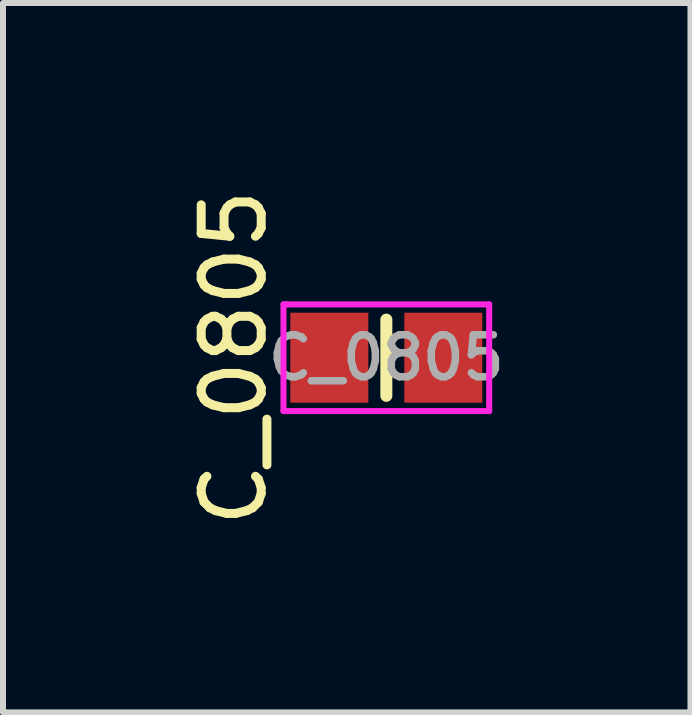
<source format=kicad_pcb>
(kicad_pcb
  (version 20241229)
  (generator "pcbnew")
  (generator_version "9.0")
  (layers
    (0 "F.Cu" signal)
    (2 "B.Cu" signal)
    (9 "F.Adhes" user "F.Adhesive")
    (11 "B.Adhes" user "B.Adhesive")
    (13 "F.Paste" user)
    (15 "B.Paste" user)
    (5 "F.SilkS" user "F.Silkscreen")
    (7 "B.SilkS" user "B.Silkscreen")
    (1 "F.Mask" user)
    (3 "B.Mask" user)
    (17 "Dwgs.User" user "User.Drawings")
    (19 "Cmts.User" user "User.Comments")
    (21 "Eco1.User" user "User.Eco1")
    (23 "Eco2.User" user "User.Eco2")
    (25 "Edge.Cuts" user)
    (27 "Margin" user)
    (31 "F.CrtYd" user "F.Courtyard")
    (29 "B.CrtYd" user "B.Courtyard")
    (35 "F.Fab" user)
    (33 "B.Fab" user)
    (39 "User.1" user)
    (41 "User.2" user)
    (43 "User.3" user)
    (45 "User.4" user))
  (footprint "C_0805"
    (placed yes)
    (layer "F.Cu")
    (at 3.388 2.911)
    (property "Reference" "C_0805" (at -2.54 0 90) (layer "F.SilkS") (effects (font (size 1 1) (thickness 0.15))))
    (attr smd)
    (fp_line (start 0 -0.635) (end 0 0.635) (stroke (width 0.2) (type solid)) (layer "F.SilkS"))
    (fp_line (start -1.714 -0.889) (end -1.714 0.889) (stroke (width 0.1) (type solid)) (layer "F.CrtYd"))
    (fp_line (start -1.714 0.889) (end 1.714 0.889) (stroke (width 0.1) (type solid)) (layer "F.CrtYd"))
    (fp_line (start -1.651 -0.889) (end -1.714 -0.889) (stroke (width 0.1) (type solid)) (layer "F.CrtYd"))
    (fp_line (start 1.714 -0.889) (end -1.651 -0.889) (stroke (width 0.1) (type solid)) (layer "F.CrtYd"))
    (fp_line (start 1.714 0.889) (end 1.714 -0.889) (stroke (width 0.1) (type solid)) (layer "F.CrtYd"))
    (fp_text user "${REFERENCE}" (at 0 0 0) (layer "F.Fab") (effects (font (size 0.7 0.7) (thickness 0.125))))
    (pad "1" smd rect (at -0.95 0) (size 1.3 1.5) (layers "F.Cu" "F.Mask" "F.Paste"))
    (pad "2" smd rect (at 0.95 0) (size 1.3 1.5) (layers "F.Cu" "F.Mask" "F.Paste")))
  (gr_rect
    (start -3 -3)
    (end 8.456 8.821)
    (stroke (width 0.1) (type default))
    (fill no)
    (layer "Edge.Cuts")))
</source>
